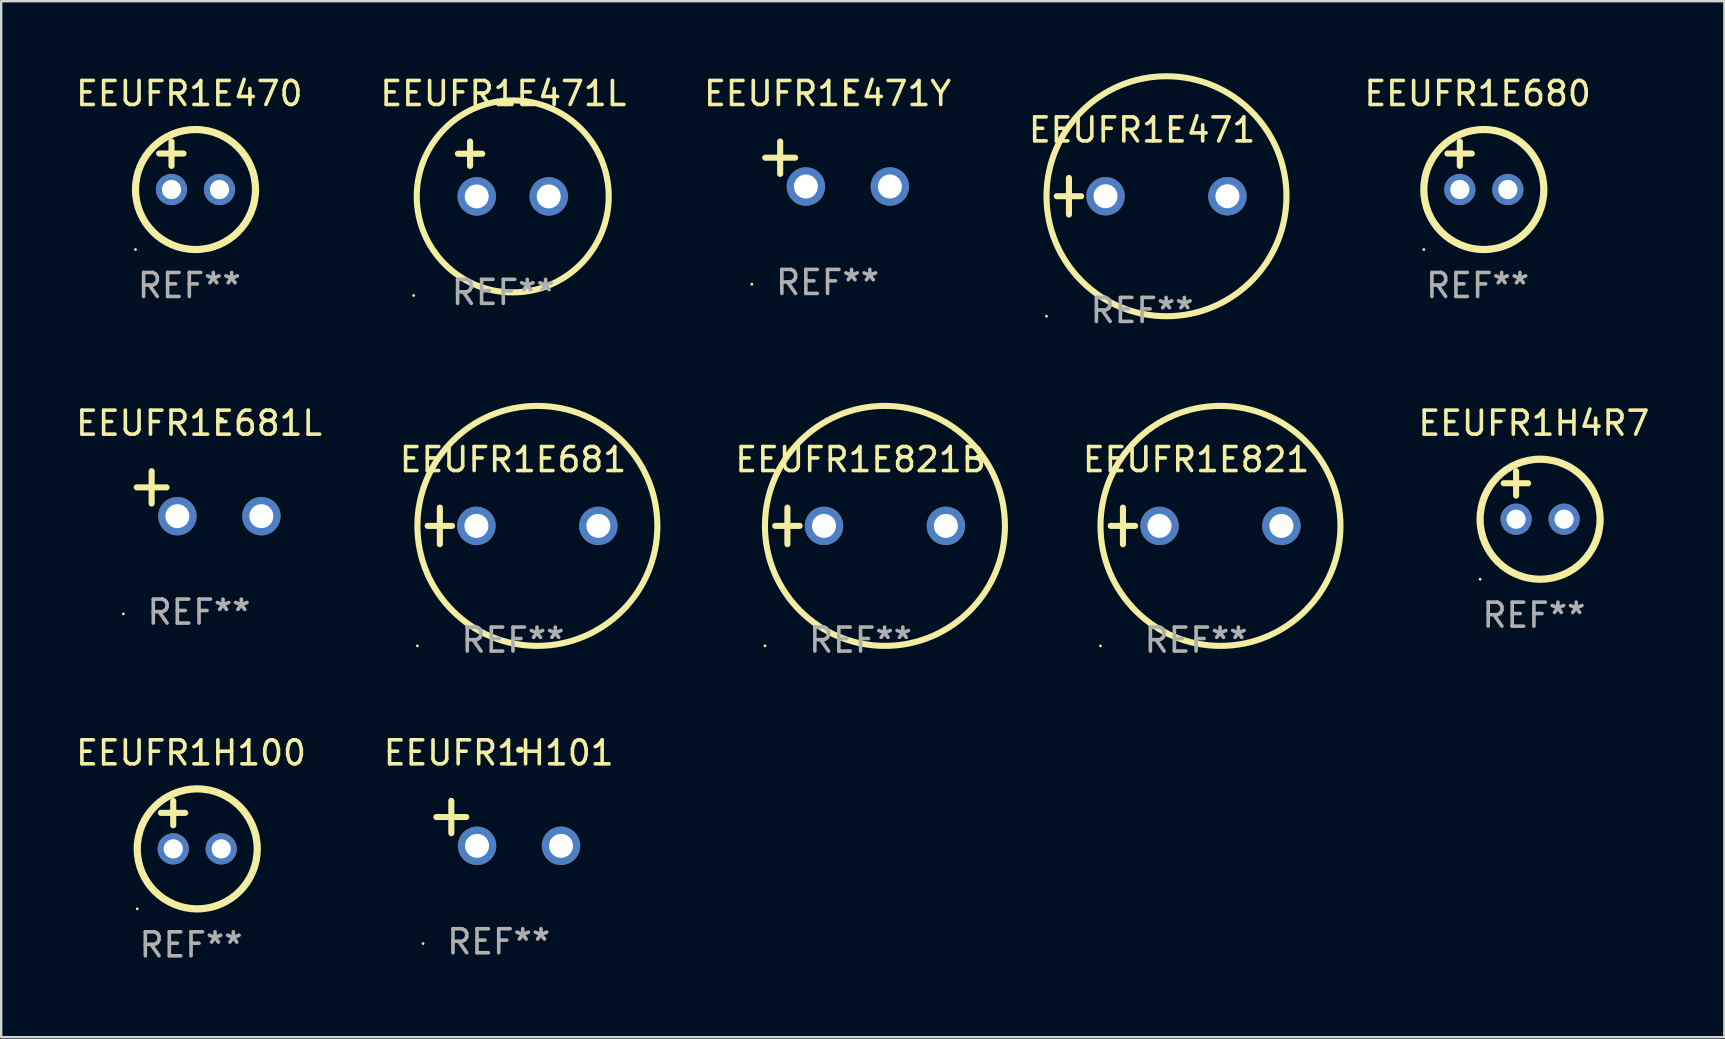
<source format=kicad_pcb>
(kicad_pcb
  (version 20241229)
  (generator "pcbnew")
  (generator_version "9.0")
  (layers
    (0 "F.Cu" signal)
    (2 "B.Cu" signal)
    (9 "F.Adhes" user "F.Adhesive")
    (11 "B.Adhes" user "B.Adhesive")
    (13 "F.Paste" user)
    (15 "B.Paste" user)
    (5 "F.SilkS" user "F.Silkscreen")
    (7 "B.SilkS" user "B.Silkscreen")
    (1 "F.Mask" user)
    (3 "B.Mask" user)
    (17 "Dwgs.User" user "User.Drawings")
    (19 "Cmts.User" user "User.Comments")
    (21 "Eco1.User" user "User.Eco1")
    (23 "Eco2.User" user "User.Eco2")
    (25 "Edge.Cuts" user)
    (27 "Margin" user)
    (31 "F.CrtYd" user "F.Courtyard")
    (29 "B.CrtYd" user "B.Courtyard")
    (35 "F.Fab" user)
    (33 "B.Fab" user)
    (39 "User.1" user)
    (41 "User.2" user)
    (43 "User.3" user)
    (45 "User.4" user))
  (footprint "EEUFR1E821"
    (layer "F.Cu")
    (at 46.792 18.864)
    (property "Reference" "EEUFR1E821" (at 0 -2.762 0) (layer "F.SilkS") (effects (font (size 1 1) (thickness 0.15))))
    (attr through_hole)
    (fp_line (start -3.556 0) (end -2.54 0) (stroke (width 0.254) (type solid)) (layer "F.SilkS"))
    (fp_line (start -3.048 -0.762) (end -3.048 0.762) (stroke (width 0.254) (type solid)) (layer "F.SilkS"))
    (fp_circle (center -3.984 5) (end -3.954 5) (stroke (width 0.06) (type solid)) (fill no) (layer "F.SilkS"))
    (fp_circle (center 1.016 0) (end 6.016 0) (stroke (width 0.254) (type solid)) (fill no) (layer "F.SilkS"))
    (fp_text user "REF**" (at 0 4.762 0) (layer "F.Fab") (effects (font (size 1 1) (thickness 0.15))))
    (pad "1" thru_hole circle (at -1.524 0) (size 1.6 1.6) (drill 1) (layers "*.Cu" "*.Mask"))
    (pad "2" thru_hole circle (at 3.556 0) (size 1.6 1.6) (drill 1) (layers "*.Cu" "*.Mask")))
  (footprint "EEUFR1E471Y"
    (layer "F.Cu")
    (at 31.435 3.785)
    (property "Reference" "EEUFR1E471Y" (at 0 -2.937 0) (layer "F.SilkS") (effects (font (size 1 1) (thickness 0.15))))
    (attr through_hole)
    (fp_line (start -1.975 0.41) (end -1.975 -0.937) (stroke (width 0.254) (type solid)) (layer "F.SilkS"))
    (fp_line (start -1.353 -0.263) (end -2.597 -0.263) (stroke (width 0.254) (type solid)) (layer "F.SilkS"))
    (fp_arc (start 0.849809 -3.063957) (mid 0.885369 -3.064114) (end 0.920929 -3.063957) (stroke (width 0.254001) (type solid)) (layer "F.SilkS"))
    (fp_circle (center -3.154 5.008) (end -3.124 5.008) (stroke (width 0.06) (type solid)) (fill no) (layer "F.SilkS"))
    (fp_text user "REF**" (at 0 4.937 0) (layer "F.Fab") (effects (font (size 1 1) (thickness 0.15))))
    (pad "1" thru_hole circle (at -0.903 0.937) (size 1.6 1.6) (drill 1) (layers "*.Cu" "*.Mask"))
    (pad "2" thru_hole circle (at 2.597 0.937) (size 1.6 1.6) (drill 1) (layers "*.Cu" "*.Mask")))
  (footprint "EEUFR1E681L"
    (layer "F.Cu")
    (at 5.244 17.522)
    (property "Reference" "EEUFR1E681L" (at 0 -2.937 0) (layer "F.SilkS") (effects (font (size 1 1) (thickness 0.15))))
    (attr through_hole)
    (fp_line (start -1.975 0.41) (end -1.975 -0.937) (stroke (width 0.254) (type solid)) (layer "F.SilkS"))
    (fp_line (start -1.353 -0.263) (end -2.597 -0.263) (stroke (width 0.254) (type solid)) (layer "F.SilkS"))
    (fp_arc (start 0.849809 -3.063957) (mid 0.885369 -3.064114) (end 0.920929 -3.063957) (stroke (width 0.254001) (type solid)) (layer "F.SilkS"))
    (fp_circle (center -3.154 5.008) (end -3.124 5.008) (stroke (width 0.06) (type solid)) (fill no) (layer "F.SilkS"))
    (fp_text user "REF**" (at 0 4.937 0) (layer "F.Fab") (effects (font (size 1 1) (thickness 0.15))))
    (pad "1" thru_hole circle (at -0.903 0.937) (size 1.6 1.6) (drill 1) (layers "*.Cu" "*.Mask"))
    (pad "2" thru_hole circle (at 2.597 0.937) (size 1.6 1.6) (drill 1) (layers "*.Cu" "*.Mask")))
  (footprint "EEUFR1E471L"
    (layer "F.Cu")
    (at 17.923 3.991)
    (property "Reference" "EEUFR1E471L" (at 0 -3.143 0) (layer "F.SilkS") (effects (font (size 1 1) (thickness 0.15))))
    (attr through_hole)
    (fp_line (start -1.893 -0.635) (end -0.877 -0.635) (stroke (width 0.254) (type solid)) (layer "F.SilkS"))
    (fp_line (start -1.385 -1.143) (end -1.385 -0.127) (stroke (width 0.254) (type solid)) (layer "F.SilkS"))
    (fp_circle (center -3.735 5.271) (end -3.705 5.271) (stroke (width 0.06) (type solid)) (fill no) (layer "F.SilkS"))
    (fp_circle (center 0.393 1.143) (end 4.393 1.143) (stroke (width 0.254) (type solid)) (fill no) (layer "F.SilkS"))
    (fp_text user "REF**" (at 0 5.143 0) (layer "F.Fab") (effects (font (size 1 1) (thickness 0.15))))
    (pad "1" thru_hole circle (at -1.107 1.143) (size 1.6 1.6) (drill 1) (layers "*.Cu" "*.Mask"))
    (pad "2" thru_hole circle (at 1.893 1.143) (size 1.6 1.6) (drill 1) (layers "*.Cu" "*.Mask")))
  (footprint "EEUFR1E681"
    (layer "F.Cu")
    (at 18.327 18.864)
    (property "Reference" "EEUFR1E681" (at 0 -2.762 0) (layer "F.SilkS") (effects (font (size 1 1) (thickness 0.15))))
    (attr through_hole)
    (fp_line (start -3.556 0) (end -2.54 0) (stroke (width 0.254) (type solid)) (layer "F.SilkS"))
    (fp_line (start -3.048 -0.762) (end -3.048 0.762) (stroke (width 0.254) (type solid)) (layer "F.SilkS"))
    (fp_circle (center -3.984 5) (end -3.954 5) (stroke (width 0.06) (type solid)) (fill no) (layer "F.SilkS"))
    (fp_circle (center 1.016 0) (end 6.016 0) (stroke (width 0.254) (type solid)) (fill no) (layer "F.SilkS"))
    (fp_text user "REF**" (at 0 4.762 0) (layer "F.Fab") (effects (font (size 1 1) (thickness 0.15))))
    (pad "1" thru_hole circle (at -1.524 0) (size 1.6 1.6) (drill 1) (layers "*.Cu" "*.Mask"))
    (pad "2" thru_hole circle (at 3.556 0) (size 1.6 1.6) (drill 1) (layers "*.Cu" "*.Mask")))
  (footprint "EEUFR1E680"
    (layer "F.Cu")
    (at 58.524 3.848)
    (property "Reference" "EEUFR1E680" (at 0 -3 0) (layer "F.SilkS") (effects (font (size 1 1) (thickness 0.15))))
    (attr through_hole)
    (fp_line (start -1.258 -0.5) (end -0.242 -0.5) (stroke (width 0.254) (type solid)) (layer "F.SilkS"))
    (fp_line (start -0.742 -1) (end -0.742 0.016) (stroke (width 0.254) (type solid)) (layer "F.SilkS"))
    (fp_circle (center -2.242 3.5) (end -2.212 3.5) (stroke (width 0.06) (type solid)) (fill no) (layer "F.SilkS"))
    (fp_circle (center 0.258 1) (end 2.758 1) (stroke (width 0.3) (type solid)) (fill no) (layer "F.SilkS"))
    (fp_text user "REF**" (at 0 5 0) (layer "F.Fab") (effects (font (size 1 1) (thickness 0.15))))
    (pad "1" thru_hole circle (at -0.742 1) (size 1.3 1.3) (drill 0.8) (layers "*.Cu" "*.Mask"))
    (pad "2" thru_hole circle (at 1.258 1) (size 1.3 1.3) (drill 0.8) (layers "*.Cu" "*.Mask")))
  (footprint "EEUFR1H101"
    (layer "F.Cu")
    (at 17.732 31.259)
    (property "Reference" "EEUFR1H101" (at 0 -2.937 0) (layer "F.SilkS") (effects (font (size 1 1) (thickness 0.15))))
    (attr through_hole)
    (fp_line (start -1.975 0.41) (end -1.975 -0.937) (stroke (width 0.254) (type solid)) (layer "F.SilkS"))
    (fp_line (start -1.353 -0.263) (end -2.597 -0.263) (stroke (width 0.254) (type solid)) (layer "F.SilkS"))
    (fp_arc (start 0.849809 -3.063957) (mid 0.885369 -3.064114) (end 0.920929 -3.063957) (stroke (width 0.254001) (type solid)) (layer "F.SilkS"))
    (fp_circle (center -3.154 5.008) (end -3.124 5.008) (stroke (width 0.06) (type solid)) (fill no) (layer "F.SilkS"))
    (fp_text user "REF**" (at 0 4.937 0) (layer "F.Fab") (effects (font (size 1 1) (thickness 0.15))))
    (pad "1" thru_hole circle (at -0.903 0.937) (size 1.6 1.6) (drill 1) (layers "*.Cu" "*.Mask"))
    (pad "2" thru_hole circle (at 2.597 0.937) (size 1.6 1.6) (drill 1) (layers "*.Cu" "*.Mask")))
  (footprint "EEUFR1E471"
    (layer "F.Cu")
    (at 44.542 5.127)
    (property "Reference" "EEUFR1E471" (at 0 -2.762 0) (layer "F.SilkS") (effects (font (size 1 1) (thickness 0.15))))
    (attr through_hole)
    (fp_line (start -3.556 0) (end -2.54 0) (stroke (width 0.254) (type solid)) (layer "F.SilkS"))
    (fp_line (start -3.048 -0.762) (end -3.048 0.762) (stroke (width 0.254) (type solid)) (layer "F.SilkS"))
    (fp_circle (center -3.984 5) (end -3.954 5) (stroke (width 0.06) (type solid)) (fill no) (layer "F.SilkS"))
    (fp_circle (center 1.016 0) (end 6.016 0) (stroke (width 0.254) (type solid)) (fill no) (layer "F.SilkS"))
    (fp_text user "REF**" (at 0 4.762 0) (layer "F.Fab") (effects (font (size 1 1) (thickness 0.15))))
    (pad "1" thru_hole circle (at -1.524 0) (size 1.6 1.6) (drill 1) (layers "*.Cu" "*.Mask"))
    (pad "2" thru_hole circle (at 3.556 0) (size 1.6 1.6) (drill 1) (layers "*.Cu" "*.Mask")))
  (footprint "EEUFR1H4R7"
    (layer "F.Cu")
    (at 60.869 17.586)
    (property "Reference" "EEUFR1H4R7" (at 0 -3 0) (layer "F.SilkS") (effects (font (size 1 1) (thickness 0.15))))
    (attr through_hole)
    (fp_line (start -1.258 -0.5) (end -0.242 -0.5) (stroke (width 0.254) (type solid)) (layer "F.SilkS"))
    (fp_line (start -0.742 -1) (end -0.742 0.016) (stroke (width 0.254) (type solid)) (layer "F.SilkS"))
    (fp_circle (center -2.242 3.5) (end -2.212 3.5) (stroke (width 0.06) (type solid)) (fill no) (layer "F.SilkS"))
    (fp_circle (center 0.258 1) (end 2.758 1) (stroke (width 0.3) (type solid)) (fill no) (layer "F.SilkS"))
    (fp_text user "REF**" (at 0 5 0) (layer "F.Fab") (effects (font (size 1 1) (thickness 0.15))))
    (pad "1" thru_hole circle (at -0.742 1) (size 1.3 1.3) (drill 0.8) (layers "*.Cu" "*.Mask"))
    (pad "2" thru_hole circle (at 1.258 1) (size 1.3 1.3) (drill 0.8) (layers "*.Cu" "*.Mask")))
  (footprint "EEUFR1E470"
    (layer "F.Cu")
    (at 4.839 3.848)
    (property "Reference" "EEUFR1E470" (at 0 -3 0) (layer "F.SilkS") (effects (font (size 1 1) (thickness 0.15))))
    (attr through_hole)
    (fp_line (start -1.258 -0.5) (end -0.242 -0.5) (stroke (width 0.254) (type solid)) (layer "F.SilkS"))
    (fp_line (start -0.742 -1) (end -0.742 0.016) (stroke (width 0.254) (type solid)) (layer "F.SilkS"))
    (fp_circle (center -2.242 3.5) (end -2.212 3.5) (stroke (width 0.06) (type solid)) (fill no) (layer "F.SilkS"))
    (fp_circle (center 0.258 1) (end 2.758 1) (stroke (width 0.3) (type solid)) (fill no) (layer "F.SilkS"))
    (fp_text user "REF**" (at 0 5 0) (layer "F.Fab") (effects (font (size 1 1) (thickness 0.15))))
    (pad "1" thru_hole circle (at -0.742 1) (size 1.3 1.3) (drill 0.8) (layers "*.Cu" "*.Mask"))
    (pad "2" thru_hole circle (at 1.258 1) (size 1.3 1.3) (drill 0.8) (layers "*.Cu" "*.Mask")))
  (footprint "EEUFR1H100"
    (layer "F.Cu")
    (at 4.911 31.323)
    (property "Reference" "EEUFR1H100" (at 0 -3 0) (layer "F.SilkS") (effects (font (size 1 1) (thickness 0.15))))
    (attr through_hole)
    (fp_line (start -1.258 -0.5) (end -0.242 -0.5) (stroke (width 0.254) (type solid)) (layer "F.SilkS"))
    (fp_line (start -0.742 -1) (end -0.742 0.016) (stroke (width 0.254) (type solid)) (layer "F.SilkS"))
    (fp_circle (center -2.242 3.5) (end -2.212 3.5) (stroke (width 0.06) (type solid)) (fill no) (layer "F.SilkS"))
    (fp_circle (center 0.258 1) (end 2.758 1) (stroke (width 0.3) (type solid)) (fill no) (layer "F.SilkS"))
    (fp_text user "REF**" (at 0 5 0) (layer "F.Fab") (effects (font (size 1 1) (thickness 0.15))))
    (pad "1" thru_hole circle (at -0.742 1) (size 1.3 1.3) (drill 0.8) (layers "*.Cu" "*.Mask"))
    (pad "2" thru_hole circle (at 1.258 1) (size 1.3 1.3) (drill 0.8) (layers "*.Cu" "*.Mask")))
  (footprint "EEUFR1E821B"
    (layer "F.Cu")
    (at 32.81 18.864)
    (property "Reference" "EEUFR1E821B" (at 0 -2.762 0) (layer "F.SilkS") (effects (font (size 1 1) (thickness 0.15))))
    (attr through_hole)
    (fp_line (start -3.556 0) (end -2.54 0) (stroke (width 0.254) (type solid)) (layer "F.SilkS"))
    (fp_line (start -3.048 -0.762) (end -3.048 0.762) (stroke (width 0.254) (type solid)) (layer "F.SilkS"))
    (fp_circle (center -3.984 5) (end -3.954 5) (stroke (width 0.06) (type solid)) (fill no) (layer "F.SilkS"))
    (fp_circle (center 1.016 0) (end 6.016 0) (stroke (width 0.254) (type solid)) (fill no) (layer "F.SilkS"))
    (fp_text user "REF**" (at 0 4.762 0) (layer "F.Fab") (effects (font (size 1 1) (thickness 0.15))))
    (pad "1" thru_hole circle (at -1.524 0) (size 1.6 1.6) (drill 1) (layers "*.Cu" "*.Mask"))
    (pad "2" thru_hole circle (at 3.556 0) (size 1.6 1.6) (drill 1) (layers "*.Cu" "*.Mask")))
  (gr_rect
    (start -3 -3)
    (end 68.804 40.171)
    (stroke (width 0.1) (type default))
    (fill no)
    (layer "Edge.Cuts")))
</source>
